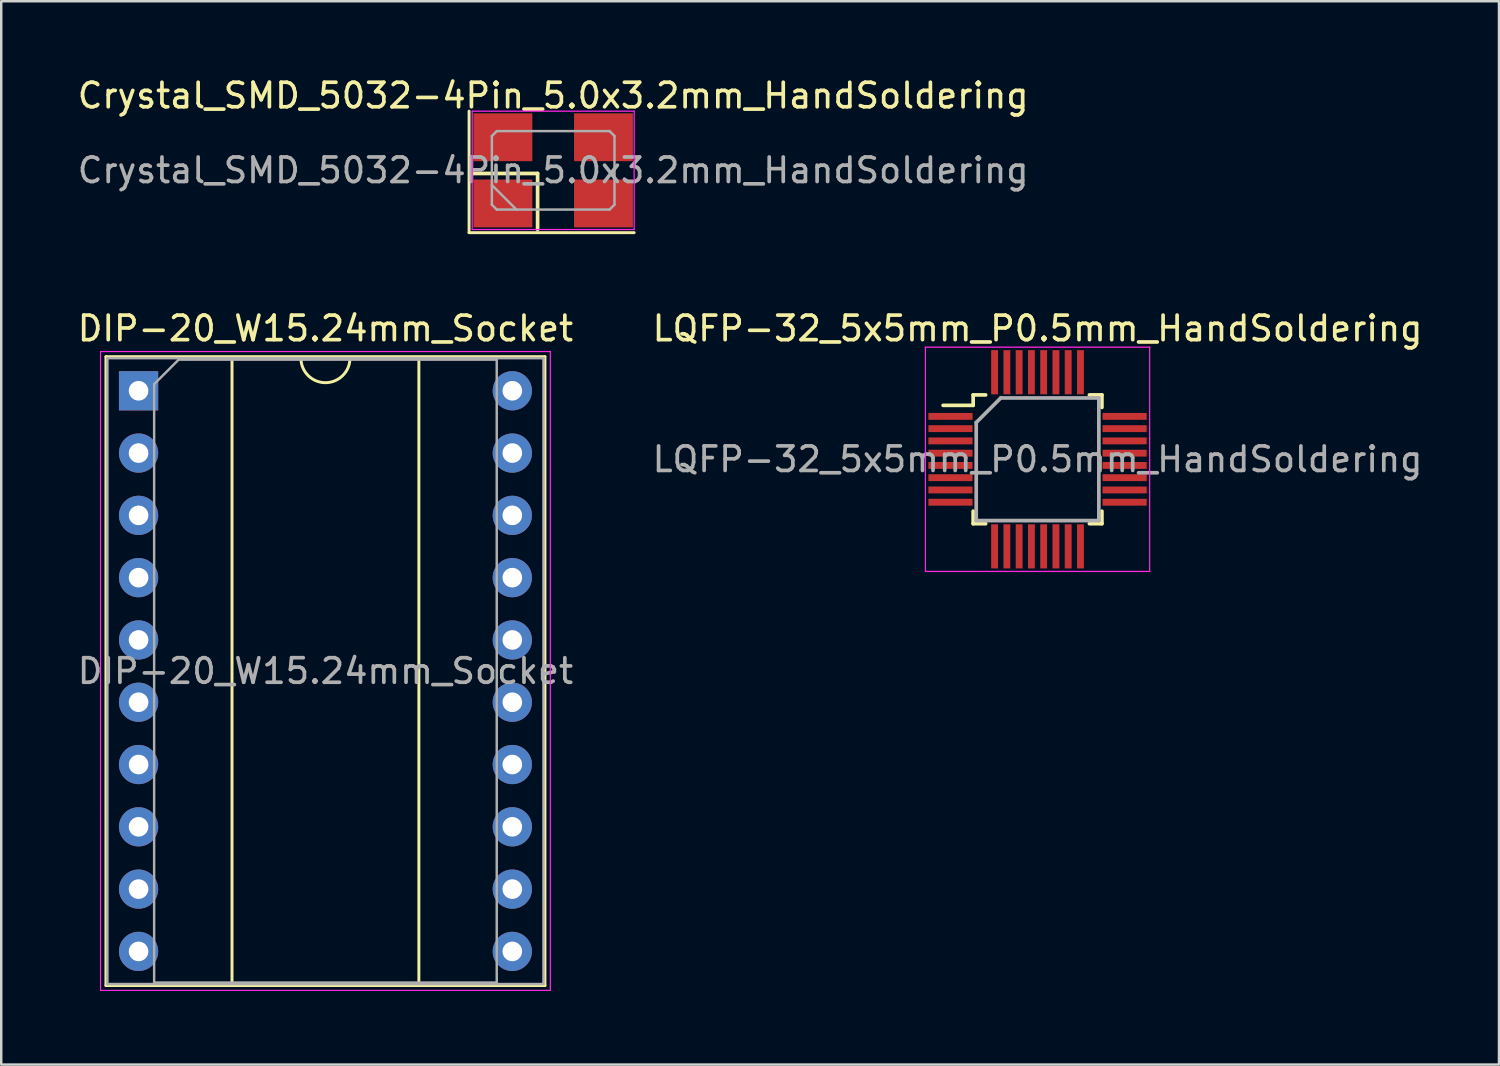
<source format=kicad_pcb>
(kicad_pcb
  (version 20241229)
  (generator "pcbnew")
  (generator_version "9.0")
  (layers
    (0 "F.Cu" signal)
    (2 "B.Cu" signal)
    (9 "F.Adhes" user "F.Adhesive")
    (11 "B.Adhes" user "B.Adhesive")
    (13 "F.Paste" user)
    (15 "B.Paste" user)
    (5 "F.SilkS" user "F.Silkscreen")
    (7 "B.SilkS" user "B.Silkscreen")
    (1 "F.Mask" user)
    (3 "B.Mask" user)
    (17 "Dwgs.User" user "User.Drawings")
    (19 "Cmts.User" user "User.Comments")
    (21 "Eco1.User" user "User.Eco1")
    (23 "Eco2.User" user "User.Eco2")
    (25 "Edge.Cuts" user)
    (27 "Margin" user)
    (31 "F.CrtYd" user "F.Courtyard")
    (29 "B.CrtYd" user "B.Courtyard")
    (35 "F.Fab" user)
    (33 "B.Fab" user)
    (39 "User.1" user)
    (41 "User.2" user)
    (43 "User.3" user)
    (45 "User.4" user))
  (footprint "Crystal_SMD_5032-4Pin_5.0x3.2mm_HandSoldering"
    (layer "F.Cu")
    (at 19.506 3.896)
    (property "Reference" "Crystal_SMD_5032-4Pin_5.0x3.2mm_HandSoldering" (at 0 -3.048 0) (layer "F.SilkS") (effects (font (size 1 1) (thickness 0.15))))
    (attr smd)
    (fp_line (start -3.429 -2.413) (end -3.429 2.54) (stroke (width 0.12) (type solid)) (layer "F.SilkS"))
    (fp_line (start -3.429 2.54) (end 3.302 2.54) (stroke (width 0.12) (type solid)) (layer "F.SilkS"))
    (fp_line (start -3.302 0.127) (end -0.635 0.127) (stroke (width 0.15) (type solid)) (layer "F.SilkS"))
    (fp_line (start -0.635 0.127) (end -0.635 2.413) (stroke (width 0.15) (type solid)) (layer "F.SilkS"))
    (fp_line (start -3.302 -2.413) (end -3.302 2.413) (stroke (width 0.05) (type solid)) (layer "F.CrtYd"))
    (fp_line (start -3.302 2.413) (end 3.302 2.413) (stroke (width 0.05) (type solid)) (layer "F.CrtYd"))
    (fp_line (start 3.302 -2.413) (end -3.302 -2.413) (stroke (width 0.05) (type solid)) (layer "F.CrtYd"))
    (fp_line (start 3.302 2.413) (end 3.302 -2.413) (stroke (width 0.05) (type solid)) (layer "F.CrtYd"))
    (fp_line (start -2.5 -1.4) (end -2.3 -1.6) (stroke (width 0.1) (type solid)) (layer "F.Fab"))
    (fp_line (start -2.5 0.6) (end -1.5 1.6) (stroke (width 0.1) (type solid)) (layer "F.Fab"))
    (fp_line (start -2.5 1.4) (end -2.5 -1.4) (stroke (width 0.1) (type solid)) (layer "F.Fab"))
    (fp_line (start -2.3 -1.6) (end 2.3 -1.6) (stroke (width 0.1) (type solid)) (layer "F.Fab"))
    (fp_line (start -2.3 1.6) (end -2.5 1.4) (stroke (width 0.1) (type solid)) (layer "F.Fab"))
    (fp_line (start 2.3 -1.6) (end 2.5 -1.4) (stroke (width 0.1) (type solid)) (layer "F.Fab"))
    (fp_line (start 2.3 1.6) (end -2.3 1.6) (stroke (width 0.1) (type solid)) (layer "F.Fab"))
    (fp_line (start 2.5 -1.4) (end 2.5 1.4) (stroke (width 0.1) (type solid)) (layer "F.Fab"))
    (fp_line (start 2.5 1.4) (end 2.3 1.6) (stroke (width 0.1) (type solid)) (layer "F.Fab"))
    (fp_text user "${REFERENCE}" (at 0 0 0) (layer "F.Fab") (effects (font (size 1 1) (thickness 0.15))))
    (pad "1" smd rect (at -2.05 1.35) (size 2.4 1.95) (layers "F.Cu" "F.Mask" "F.Paste"))
    (pad "2" smd rect (at 2.05 1.35) (size 2.4 1.95) (layers "F.Cu" "F.Mask" "F.Paste"))
    (pad "3" smd rect (at 2.05 -1.35) (size 2.4 1.95) (layers "F.Cu" "F.Mask" "F.Paste"))
    (pad "4" smd rect (at -2.05 -1.35) (size 2.4 1.95) (layers "F.Cu" "F.Mask" "F.Paste")))
  (footprint "DIP-20_W15.24mm_Socket"
    (layer "F.Cu")
    (at 2.6 12.884)
    (property "Reference" "DIP-20_W15.24mm_Socket" (at 7.62 -2.54 0) (layer "F.SilkS") (effects (font (size 1 1) (thickness 0.15))))
    (attr through_hole)
    (fp_line (start -1.33 -1.39) (end -1.33 24.25) (stroke (width 0.12) (type solid)) (layer "F.SilkS"))
    (fp_line (start -1.33 24.25) (end 16.57 24.25) (stroke (width 0.12) (type solid)) (layer "F.SilkS"))
    (fp_line (start 3.81 -1.33) (end 3.81 24.19) (stroke (width 0.12) (type solid)) (layer "F.SilkS"))
    (fp_line (start 3.81 -1.33) (end 6.62 -1.33) (stroke (width 0.12) (type solid)) (layer "F.SilkS"))
    (fp_line (start 3.81 24.19) (end 11.43 24.19) (stroke (width 0.12) (type solid)) (layer "F.SilkS"))
    (fp_line (start 8.62 -1.33) (end 11.43 -1.33) (stroke (width 0.12) (type solid)) (layer "F.SilkS"))
    (fp_line (start 11.43 24.19) (end 11.43 -1.33) (stroke (width 0.12) (type solid)) (layer "F.SilkS"))
    (fp_line (start 16.57 -1.39) (end -1.33 -1.39) (stroke (width 0.12) (type solid)) (layer "F.SilkS"))
    (fp_line (start 16.57 24.25) (end 16.57 -1.39) (stroke (width 0.12) (type solid)) (layer "F.SilkS"))
    (fp_arc (start 8.62 -1.33) (mid 7.62 -0.33) (end 6.62 -1.33) (stroke (width 0.12) (type solid)) (layer "F.SilkS"))
    (fp_line (start -1.55 -1.6) (end -1.55 24.45) (stroke (width 0.05) (type solid)) (layer "F.CrtYd"))
    (fp_line (start -1.55 24.45) (end 16.79 24.45) (stroke (width 0.05) (type solid)) (layer "F.CrtYd"))
    (fp_line (start 16.79 -1.6) (end -1.55 -1.6) (stroke (width 0.05) (type solid)) (layer "F.CrtYd"))
    (fp_line (start 16.79 24.45) (end 16.79 -1.6) (stroke (width 0.05) (type solid)) (layer "F.CrtYd"))
    (fp_line (start -1.27 -1.33) (end -1.27 24.19) (stroke (width 0.1) (type solid)) (layer "F.Fab"))
    (fp_line (start -1.27 24.19) (end 16.51 24.19) (stroke (width 0.1) (type solid)) (layer "F.Fab"))
    (fp_line (start 0.635 -0.27) (end 1.635 -1.27) (stroke (width 0.1) (type solid)) (layer "F.Fab"))
    (fp_line (start 0.635 24.13) (end 0.635 -0.27) (stroke (width 0.1) (type solid)) (layer "F.Fab"))
    (fp_line (start 1.635 -1.27) (end 14.605 -1.27) (stroke (width 0.1) (type solid)) (layer "F.Fab"))
    (fp_line (start 14.605 -1.27) (end 14.605 24.13) (stroke (width 0.1) (type solid)) (layer "F.Fab"))
    (fp_line (start 14.605 24.13) (end 0.635 24.13) (stroke (width 0.1) (type solid)) (layer "F.Fab"))
    (fp_line (start 16.51 -1.33) (end -1.27 -1.33) (stroke (width 0.1) (type solid)) (layer "F.Fab"))
    (fp_line (start 16.51 24.19) (end 16.51 -1.33) (stroke (width 0.1) (type solid)) (layer "F.Fab"))
    (fp_text user "${REFERENCE}" (at 7.62 11.43 0) (layer "F.Fab") (effects (font (size 1 1) (thickness 0.15))))
    (pad "1" thru_hole rect (at 0 0) (size 1.6 1.6) (drill 0.8) (layers "*.Cu" "*.Mask"))
    (pad "2" thru_hole oval (at 0 2.54) (size 1.6 1.6) (drill 0.8) (layers "*.Cu" "*.Mask"))
    (pad "3" thru_hole oval (at 0 5.08) (size 1.6 1.6) (drill 0.8) (layers "*.Cu" "*.Mask"))
    (pad "4" thru_hole oval (at 0 7.62) (size 1.6 1.6) (drill 0.8) (layers "*.Cu" "*.Mask"))
    (pad "5" thru_hole oval (at 0 10.16) (size 1.6 1.6) (drill 0.8) (layers "*.Cu" "*.Mask"))
    (pad "6" thru_hole oval (at 0 12.7) (size 1.6 1.6) (drill 0.8) (layers "*.Cu" "*.Mask"))
    (pad "7" thru_hole oval (at 0 15.24) (size 1.6 1.6) (drill 0.8) (layers "*.Cu" "*.Mask"))
    (pad "8" thru_hole oval (at 0 17.78) (size 1.6 1.6) (drill 0.8) (layers "*.Cu" "*.Mask"))
    (pad "9" thru_hole oval (at 0 20.32) (size 1.6 1.6) (drill 0.8) (layers "*.Cu" "*.Mask"))
    (pad "10" thru_hole oval (at 0 22.86) (size 1.6 1.6) (drill 0.8) (layers "*.Cu" "*.Mask"))
    (pad "11" thru_hole oval (at 15.24 22.86) (size 1.6 1.6) (drill 0.8) (layers "*.Cu" "*.Mask"))
    (pad "12" thru_hole oval (at 15.24 20.32) (size 1.6 1.6) (drill 0.8) (layers "*.Cu" "*.Mask"))
    (pad "13" thru_hole oval (at 15.24 17.78) (size 1.6 1.6) (drill 0.8) (layers "*.Cu" "*.Mask"))
    (pad "14" thru_hole oval (at 15.24 15.24) (size 1.6 1.6) (drill 0.8) (layers "*.Cu" "*.Mask"))
    (pad "15" thru_hole oval (at 15.24 12.7) (size 1.6 1.6) (drill 0.8) (layers "*.Cu" "*.Mask"))
    (pad "16" thru_hole oval (at 15.24 10.16) (size 1.6 1.6) (drill 0.8) (layers "*.Cu" "*.Mask"))
    (pad "17" thru_hole oval (at 15.24 7.62) (size 1.6 1.6) (drill 0.8) (layers "*.Cu" "*.Mask"))
    (pad "18" thru_hole oval (at 15.24 5.08) (size 1.6 1.6) (drill 0.8) (layers "*.Cu" "*.Mask"))
    (pad "19" thru_hole oval (at 15.24 2.54) (size 1.6 1.6) (drill 0.8) (layers "*.Cu" "*.Mask"))
    (pad "20" thru_hole oval (at 15.24 0) (size 1.6 1.6) (drill 0.8) (layers "*.Cu" "*.Mask")))
  (footprint "LQFP-32_5x5mm_P0.5mm_HandSoldering"
    (layer "F.Cu")
    (at 39.256 15.678)
    (property "Reference" "LQFP-32_5x5mm_P0.5mm_HandSoldering" (at 0 -5.334 0) (layer "F.SilkS") (effects (font (size 1 1) (thickness 0.15))))
    (attr smd)
    (fp_line (start -2.625 -2.625) (end -2.625 -2.2) (stroke (width 0.15) (type solid)) (layer "F.SilkS"))
    (fp_line (start -2.625 -2.625) (end -2.115 -2.625) (stroke (width 0.15) (type solid)) (layer "F.SilkS"))
    (fp_line (start -2.625 -2.2) (end -3.85 -2.2) (stroke (width 0.15) (type solid)) (layer "F.SilkS"))
    (fp_line (start -2.625 2.625) (end -2.625 2.115) (stroke (width 0.15) (type solid)) (layer "F.SilkS"))
    (fp_line (start -2.625 2.625) (end -2.115 2.625) (stroke (width 0.15) (type solid)) (layer "F.SilkS"))
    (fp_line (start 2.625 -2.625) (end 2.115 -2.625) (stroke (width 0.15) (type solid)) (layer "F.SilkS"))
    (fp_line (start 2.625 -2.625) (end 2.625 -2.115) (stroke (width 0.15) (type solid)) (layer "F.SilkS"))
    (fp_line (start 2.625 2.625) (end 2.115 2.625) (stroke (width 0.15) (type solid)) (layer "F.SilkS"))
    (fp_line (start 2.625 2.625) (end 2.625 2.115) (stroke (width 0.15) (type solid)) (layer "F.SilkS"))
    (fp_line (start -4.572 -4.572) (end -4.572 4.572) (stroke (width 0.05) (type solid)) (layer "F.CrtYd"))
    (fp_line (start -4.572 -4.572) (end 4.572 -4.572) (stroke (width 0.05) (type solid)) (layer "F.CrtYd"))
    (fp_line (start -4.572 4.572) (end 4.572 4.572) (stroke (width 0.05) (type solid)) (layer "F.CrtYd"))
    (fp_line (start 4.572 -4.572) (end 4.572 4.572) (stroke (width 0.05) (type solid)) (layer "F.CrtYd"))
    (fp_line (start -2.5 -1.5) (end -1.5 -2.5) (stroke (width 0.15) (type solid)) (layer "F.Fab"))
    (fp_line (start -2.5 2.5) (end -2.5 -1.5) (stroke (width 0.15) (type solid)) (layer "F.Fab"))
    (fp_line (start -1.5 -2.5) (end 2.5 -2.5) (stroke (width 0.15) (type solid)) (layer "F.Fab"))
    (fp_line (start 2.5 -2.5) (end 2.5 2.5) (stroke (width 0.15) (type solid)) (layer "F.Fab"))
    (fp_line (start 2.5 2.5) (end -2.5 2.5) (stroke (width 0.15) (type solid)) (layer "F.Fab"))
    (fp_text user "${REFERENCE}" (at 0 0 0) (layer "F.Fab") (effects (font (size 1 1) (thickness 0.15))))
    (pad "1" smd rect (at -3.55 -1.75) (size 1.8 0.28) (layers "F.Cu" "F.Mask" "F.Paste"))
    (pad "2" smd rect (at -3.55 -1.25) (size 1.8 0.28) (layers "F.Cu" "F.Mask" "F.Paste"))
    (pad "3" smd rect (at -3.55 -0.75) (size 1.8 0.28) (layers "F.Cu" "F.Mask" "F.Paste"))
    (pad "4" smd rect (at -3.55 -0.25) (size 1.8 0.28) (layers "F.Cu" "F.Mask" "F.Paste"))
    (pad "5" smd rect (at -3.55 0.25) (size 1.8 0.28) (layers "F.Cu" "F.Mask" "F.Paste"))
    (pad "6" smd rect (at -3.55 0.75) (size 1.8 0.28) (layers "F.Cu" "F.Mask" "F.Paste"))
    (pad "7" smd rect (at -3.55 1.25) (size 1.8 0.28) (layers "F.Cu" "F.Mask" "F.Paste"))
    (pad "8" smd rect (at -3.55 1.75) (size 1.8 0.28) (layers "F.Cu" "F.Mask" "F.Paste"))
    (pad "9" smd rect (at -1.75 3.55 90) (size 1.8 0.28) (layers "F.Cu" "F.Mask" "F.Paste"))
    (pad "10" smd rect (at -1.25 3.55 90) (size 1.8 0.28) (layers "F.Cu" "F.Mask" "F.Paste"))
    (pad "11" smd rect (at -0.75 3.55 90) (size 1.8 0.28) (layers "F.Cu" "F.Mask" "F.Paste"))
    (pad "12" smd rect (at -0.25 3.55 90) (size 1.8 0.28) (layers "F.Cu" "F.Mask" "F.Paste"))
    (pad "13" smd rect (at 0.25 3.55 90) (size 1.8 0.28) (layers "F.Cu" "F.Mask" "F.Paste"))
    (pad "14" smd rect (at 0.75 3.55 90) (size 1.8 0.28) (layers "F.Cu" "F.Mask" "F.Paste"))
    (pad "15" smd rect (at 1.25 3.55 90) (size 1.8 0.28) (layers "F.Cu" "F.Mask" "F.Paste"))
    (pad "16" smd rect (at 1.75 3.55 90) (size 1.8 0.28) (layers "F.Cu" "F.Mask" "F.Paste"))
    (pad "17" smd rect (at 3.55 1.75) (size 1.8 0.28) (layers "F.Cu" "F.Mask" "F.Paste"))
    (pad "18" smd rect (at 3.55 1.25) (size 1.8 0.28) (layers "F.Cu" "F.Mask" "F.Paste"))
    (pad "19" smd rect (at 3.55 0.75) (size 1.8 0.28) (layers "F.Cu" "F.Mask" "F.Paste"))
    (pad "20" smd rect (at 3.55 0.25) (size 1.8 0.28) (layers "F.Cu" "F.Mask" "F.Paste"))
    (pad "21" smd rect (at 3.55 -0.25) (size 1.8 0.28) (layers "F.Cu" "F.Mask" "F.Paste"))
    (pad "22" smd rect (at 3.55 -0.75) (size 1.8 0.28) (layers "F.Cu" "F.Mask" "F.Paste"))
    (pad "23" smd rect (at 3.55 -1.25) (size 1.8 0.28) (layers "F.Cu" "F.Mask" "F.Paste"))
    (pad "24" smd rect (at 3.55 -1.75) (size 1.8 0.28) (layers "F.Cu" "F.Mask" "F.Paste"))
    (pad "25" smd rect (at 1.75 -3.55 90) (size 1.8 0.28) (layers "F.Cu" "F.Mask" "F.Paste"))
    (pad "26" smd rect (at 1.25 -3.55 90) (size 1.8 0.28) (layers "F.Cu" "F.Mask" "F.Paste"))
    (pad "27" smd rect (at 0.75 -3.55 90) (size 1.8 0.28) (layers "F.Cu" "F.Mask" "F.Paste"))
    (pad "28" smd rect (at 0.25 -3.55 90) (size 1.8 0.28) (layers "F.Cu" "F.Mask" "F.Paste"))
    (pad "29" smd rect (at -0.25 -3.55 90) (size 1.8 0.28) (layers "F.Cu" "F.Mask" "F.Paste"))
    (pad "30" smd rect (at -0.75 -3.55 90) (size 1.8 0.28) (layers "F.Cu" "F.Mask" "F.Paste"))
    (pad "31" smd rect (at -1.25 -3.55 90) (size 1.8 0.28) (layers "F.Cu" "F.Mask" "F.Paste"))
    (pad "32" smd rect (at -1.75 -3.55 90) (size 1.8 0.28) (layers "F.Cu" "F.Mask" "F.Paste")))
  (gr_rect
    (start -3 -3)
    (end 58.071 40.359)
    (stroke (width 0.1) (type default))
    (fill no)
    (layer "Edge.Cuts")))
</source>
